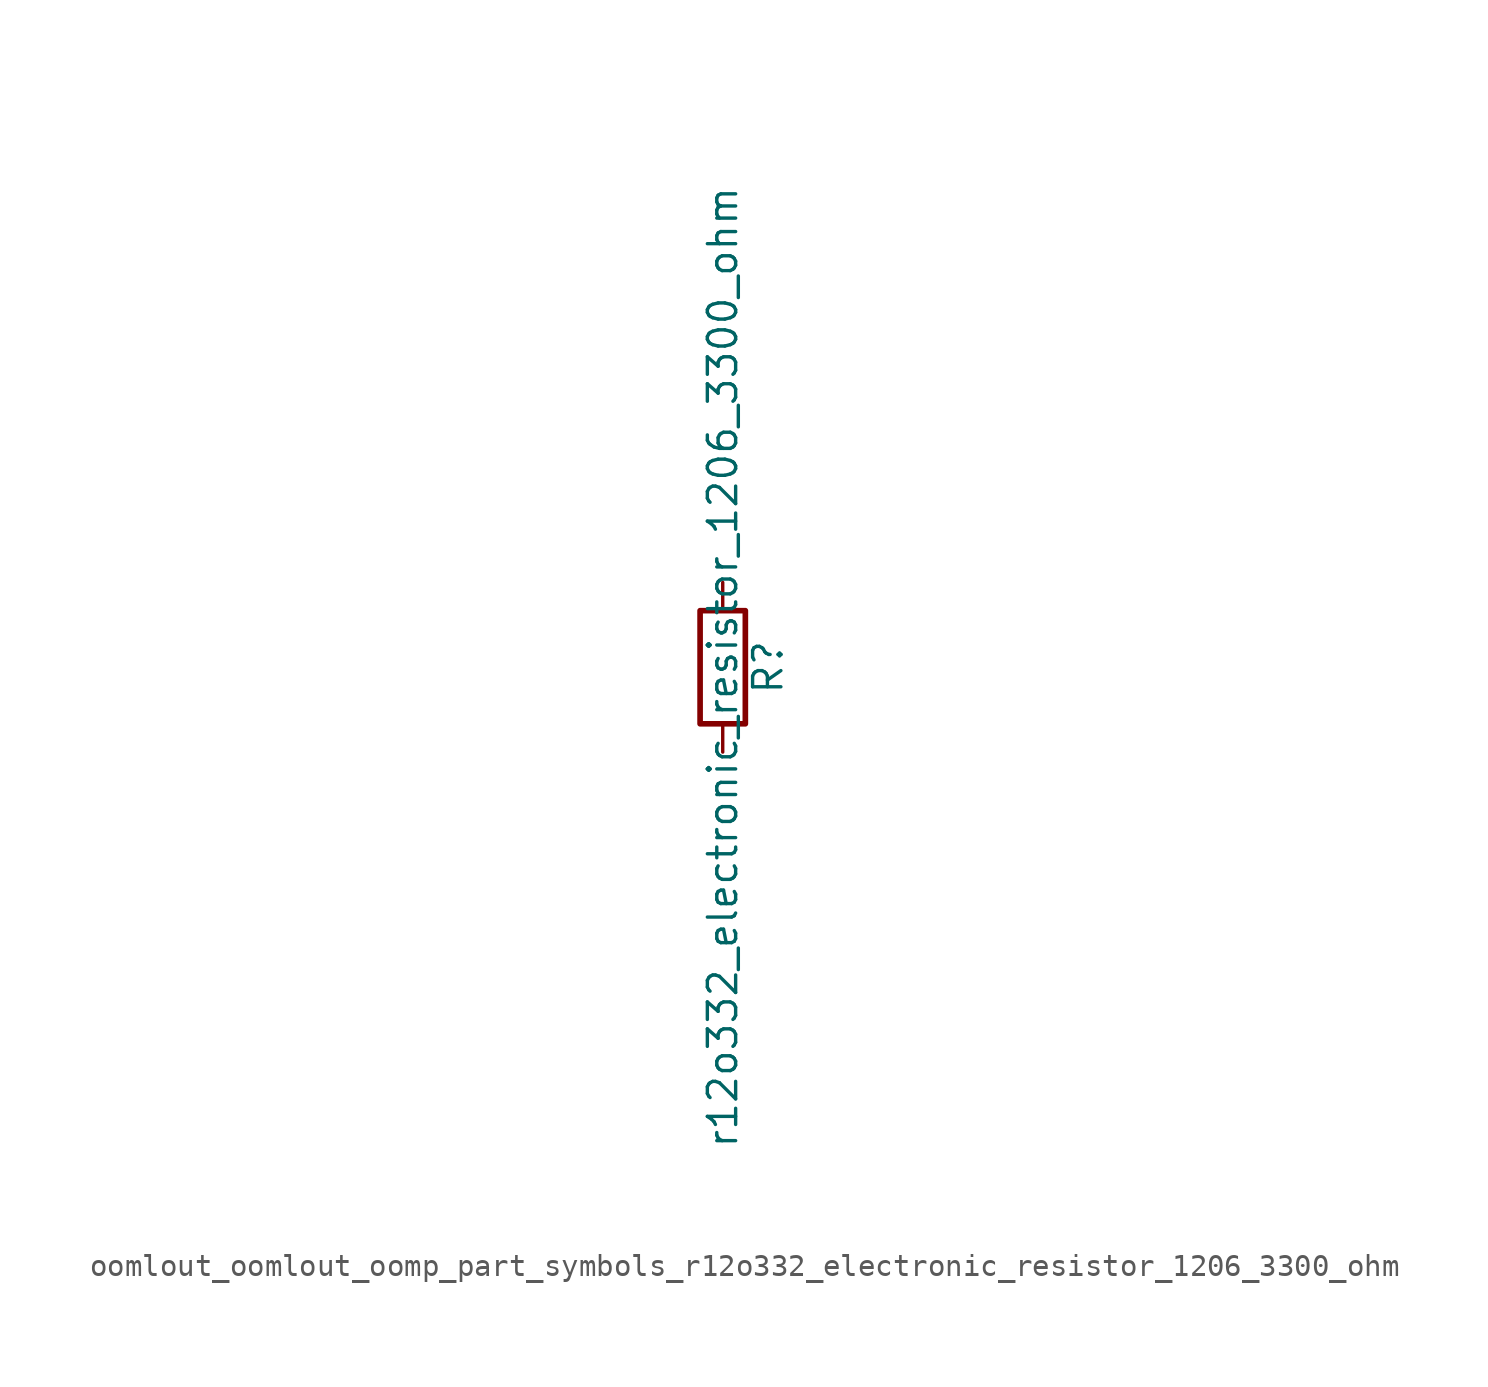
<source format=kicad_sym>
(kicad_symbol_lib
  (version 20220914)
  (generator kicad_symbol_editor)
  (symbol "oomlout_oomlout_oomp_part_symbols_r12o332_electronic_resistor_1206_3300_ohm"
    (pin_numbers hide)
    (pin_names
      (offset 0))
    (property "Reference" "R"
      (at 2.032 0 90)
      (effects (font (size 1.27 1.27))))
    (property "Value" "r12o332_electronic_resistor_1206_3300_ohm"
      (at 0 0 90)
      (effects (font (size 1.27 1.27))))
    (symbol "oomlout_oomlout_oomp_part_symbols_r12o332_electronic_resistor_1206_3300_ohm_0_1"
      (rectangle (start -1.016 -2.54) (end 1.016 2.54) (stroke (width 0.254) (type default)) (fill (type none))))
    (symbol "oomlout_oomlout_oomp_part_symbols_r12o332_electronic_resistor_1206_3300_ohm_1_1"
      (pin passive line (at 0 3.81 270) (length 1.27) (name "~" (effects (font (size 1.27 1.27)))) (number "1" (effects (font (size 1.27 1.27)))))
      (pin passive line (at 0 -3.81 90) (length 1.27) (name "~" (effects (font (size 1.27 1.27)))) (number "2" (effects (font (size 1.27 1.27))))))))
</source>
